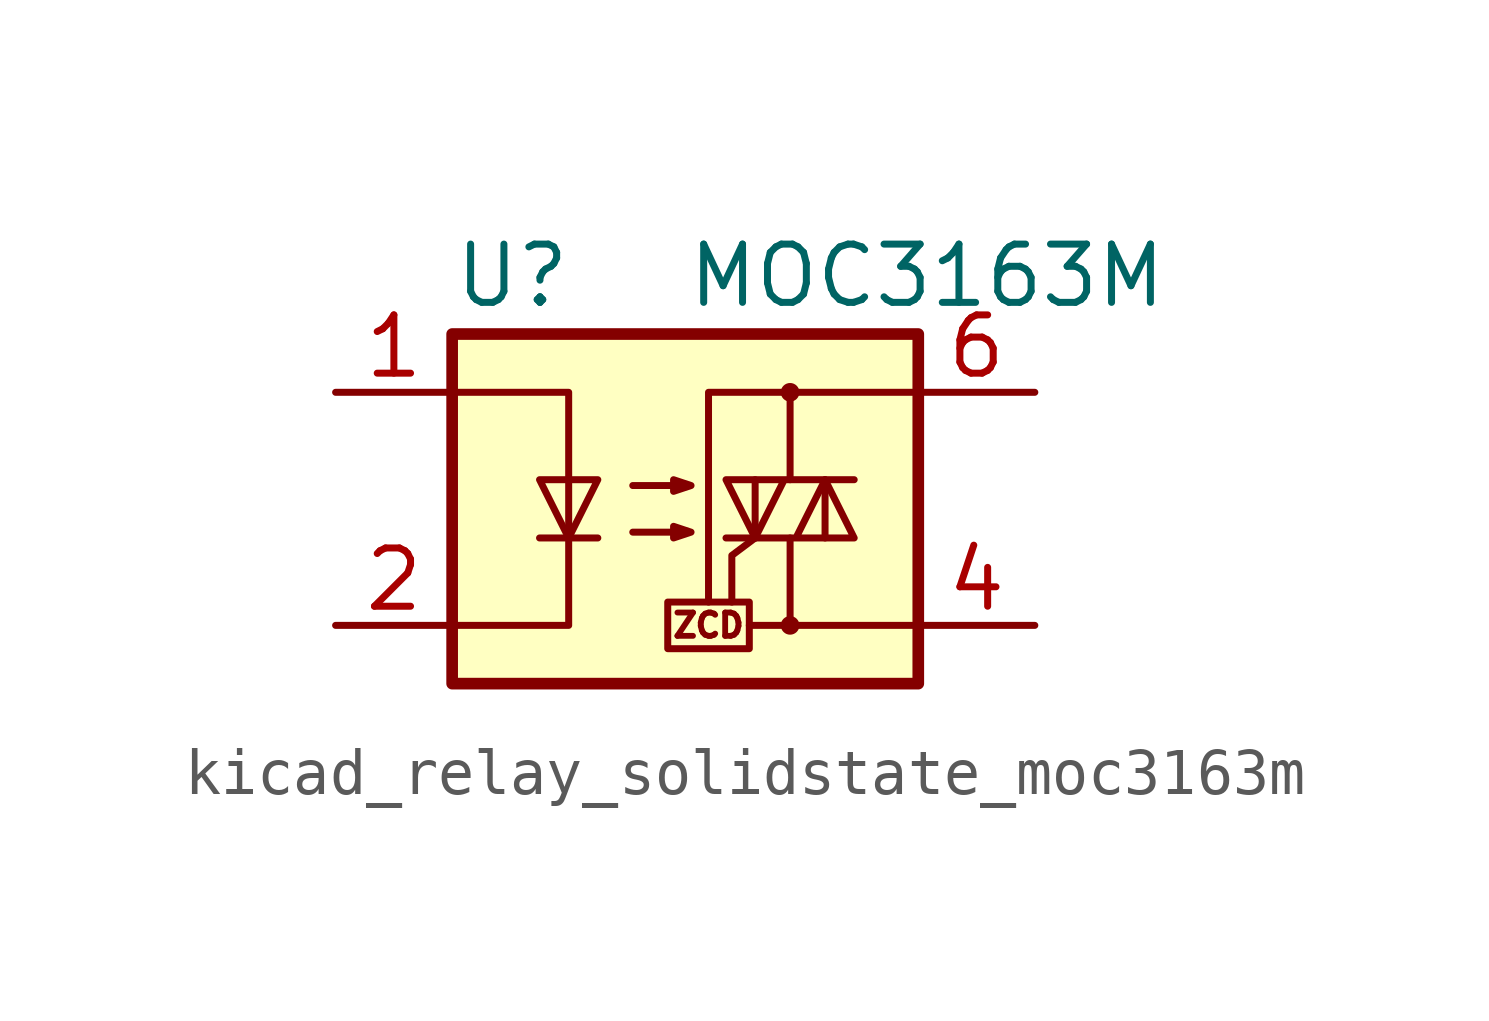
<source format=kicad_sym>
(kicad_symbol_lib
  (version 20220914)
  (generator kicad_symbol_editor)
  (symbol "kicad_relay_solidstate_moc3163m"
    (property "Reference" "U"
      (at -5.08 5.08 0)
      (effects (font (size 1.27 1.27)) (justify left)))
    (property "Value" "MOC3163M"
      (at 0 5.08 0)
      (effects (font (size 1.27 1.27)) (justify left)))
    (symbol "kicad_relay_solidstate_moc3163m_0_0"
      (rectangle (start -0.381 -2.032) (end 1.397 -3.048) (stroke (width 0) (type default)) (fill (type none)))
      (polyline (pts (xy 2.286 -2.54) (xy 1.397 -2.54)) (stroke (width 0) (type default)) (fill (type none)))
      (polyline (pts (xy 1.524 -0.635) (xy 1.016 -1.016) (xy 1.016 -2.032)) (stroke (width 0) (type default)) (fill (type none)))
      (text "ZCD" (at 0.508 -2.54 0) (effects (font (size 0.508 0.508)))))
    (symbol "kicad_relay_solidstate_moc3163m_0_1"
      (rectangle (start -5.08 3.81) (end 5.08 -3.81) (stroke (width 0.254) (type default)) (fill (type background)))
      (polyline (pts (xy -3.175 -0.635) (xy -1.905 -0.635)) (stroke (width 0) (type default)) (fill (type none)))
      (polyline (pts (xy 1.524 -0.635) (xy 1.524 0.635)) (stroke (width 0) (type default)) (fill (type none)))
      (polyline (pts (xy 3.048 0.635) (xy 3.048 -0.635)) (stroke (width 0) (type default)) (fill (type none)))
      (polyline (pts (xy 2.286 -0.635) (xy 2.286 -2.54) (xy 5.08 -2.54)) (stroke (width 0) (type default)) (fill (type none)))
      (polyline (pts (xy 2.286 0.635) (xy 2.286 2.54) (xy 5.08 2.54)) (stroke (width 0) (type default)) (fill (type none)))
      (polyline (pts (xy 2.286 2.54) (xy 0.508 2.54) (xy 0.508 -2.032)) (stroke (width 0) (type default)) (fill (type none)))
      (polyline (pts (xy -5.08 2.54) (xy -2.54 2.54) (xy -2.54 -2.54) (xy -5.08 -2.54)) (stroke (width 0) (type default)) (fill (type none)))
      (polyline (pts (xy -2.54 -0.635) (xy -3.175 0.635) (xy -1.905 0.635) (xy -2.54 -0.635)) (stroke (width 0) (type default)) (fill (type none)))
      (polyline (pts (xy 0.889 -0.635) (xy 3.683 -0.635) (xy 3.048 0.635) (xy 2.413 -0.635)) (stroke (width 0) (type default)) (fill (type none)))
      (polyline (pts (xy 3.683 0.635) (xy 0.889 0.635) (xy 1.524 -0.635) (xy 2.159 0.635)) (stroke (width 0) (type default)) (fill (type none)))
      (polyline (pts (xy -1.143 -0.508) (xy 0.127 -0.508) (xy -0.254 -0.635) (xy -0.254 -0.381) (xy 0.127 -0.508)) (stroke (width 0) (type default)) (fill (type none)))
      (polyline (pts (xy -1.143 0.508) (xy 0.127 0.508) (xy -0.254 0.381) (xy -0.254 0.635) (xy 0.127 0.508)) (stroke (width 0) (type default)) (fill (type none)))
      (circle (center 2.286 -2.54) (radius 0.127) (stroke (width 0) (type default)) (fill (type none)))
      (circle (center 2.286 2.54) (radius 0.127) (stroke (width 0) (type default)) (fill (type none))))
    (symbol "kicad_relay_solidstate_moc3163m_1_1"
      (pin passive line (at -7.62 2.54 0) (length 2.54) (name "~" (effects (font (size 1.27 1.27)))) (number "1" (effects (font (size 1.27 1.27)))))
      (pin passive line (at -7.62 -2.54 0) (length 2.54) (name "~" (effects (font (size 1.27 1.27)))) (number "2" (effects (font (size 1.27 1.27)))))
      (pin no_connect line (at -5.08 0 0) (length 2.54) hide (name "NC" (effects (font (size 1.27 1.27)))) (number "3" (effects (font (size 1.27 1.27)))))
      (pin passive line (at 7.62 -2.54 180) (length 2.54) (name "~" (effects (font (size 1.27 1.27)))) (number "4" (effects (font (size 1.27 1.27)))))
      (pin no_connect line (at 5.08 0 180) (length 2.54) hide (name "NC" (effects (font (size 1.27 1.27)))) (number "5" (effects (font (size 1.27 1.27)))))
      (pin passive line (at 7.62 2.54 180) (length 2.54) (name "~" (effects (font (size 1.27 1.27)))) (number "6" (effects (font (size 1.27 1.27))))))))
</source>
